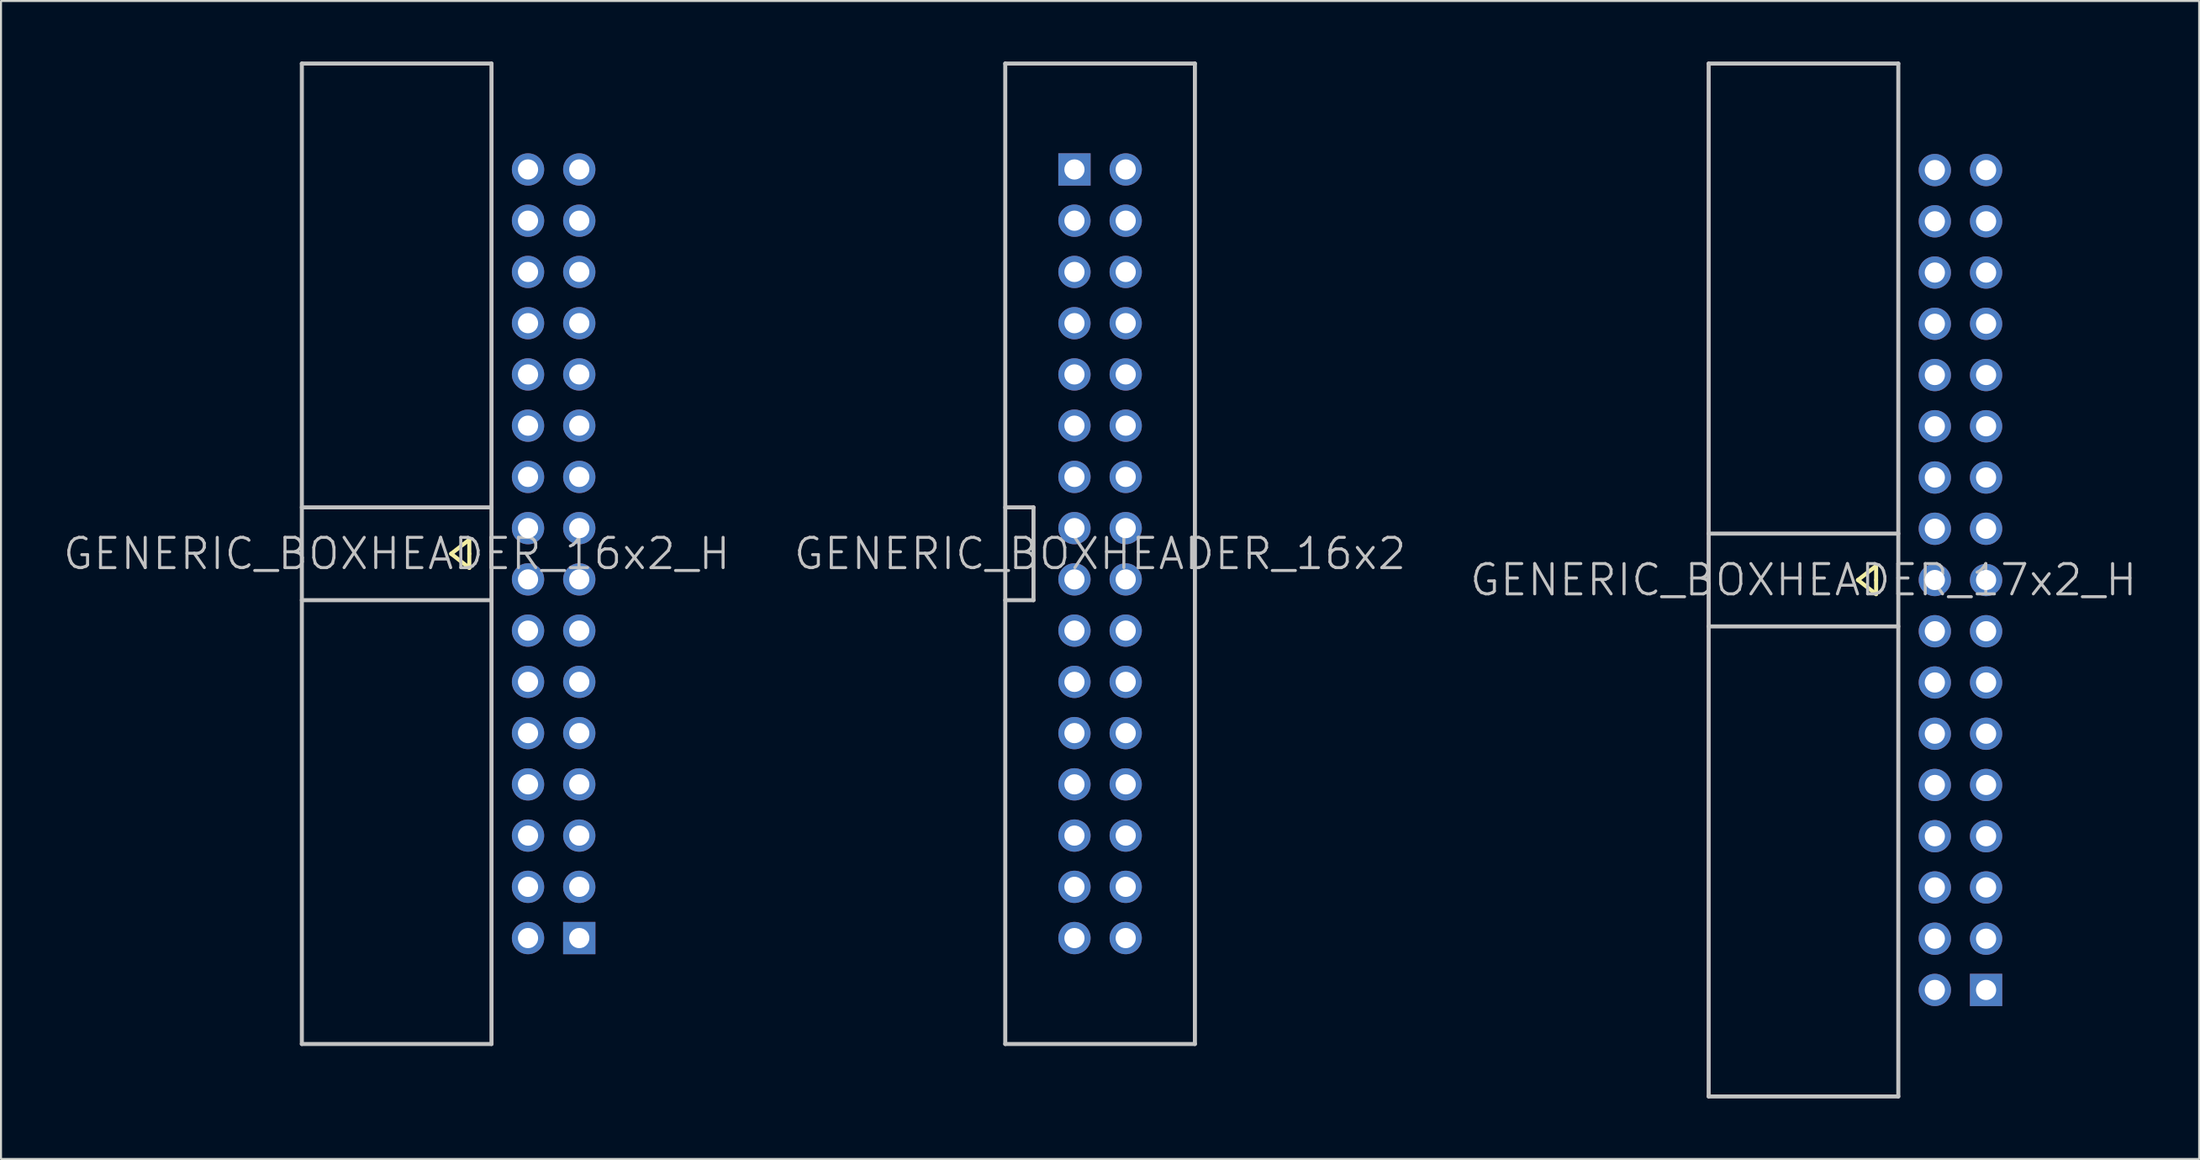
<source format=kicad_pcb>
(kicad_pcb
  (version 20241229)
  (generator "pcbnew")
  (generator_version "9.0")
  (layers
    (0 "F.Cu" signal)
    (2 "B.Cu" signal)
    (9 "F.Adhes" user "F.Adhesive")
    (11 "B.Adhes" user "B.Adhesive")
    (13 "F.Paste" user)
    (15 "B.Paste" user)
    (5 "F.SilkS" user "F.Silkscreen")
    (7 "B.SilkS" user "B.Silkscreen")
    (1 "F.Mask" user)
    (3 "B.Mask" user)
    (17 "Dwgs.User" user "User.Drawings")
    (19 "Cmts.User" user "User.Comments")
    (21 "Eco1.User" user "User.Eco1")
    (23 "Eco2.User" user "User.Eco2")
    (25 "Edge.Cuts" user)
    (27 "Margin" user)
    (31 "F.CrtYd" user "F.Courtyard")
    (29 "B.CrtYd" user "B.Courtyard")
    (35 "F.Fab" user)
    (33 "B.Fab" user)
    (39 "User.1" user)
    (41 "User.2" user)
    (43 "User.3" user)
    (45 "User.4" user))
  (footprint "GENERIC_BOXHEADER_16x2"
    (layer "F.Cu")
    (at 51.475 24.4)
    (property "Reference" "GENERIC_BOXHEADER_16x2" (at 0 0 180) (layer "Dwgs.User") (effects (font (size 1.5 1.5) (thickness 0.15))))
    (attr through_hole)
    (fp_line (start -4.7 -24.3) (end -4.7 24.3) (stroke (width 0.2) (type solid)) (layer "Dwgs.User"))
    (fp_line (start -4.7 2.3) (end -3.3 2.3) (stroke (width 0.2) (type solid)) (layer "Dwgs.User"))
    (fp_line (start -3.3 -2.3) (end -4.7 -2.3) (stroke (width 0.2) (type solid)) (layer "Dwgs.User"))
    (fp_line (start -3.3 2.3) (end -3.3 -2.3) (stroke (width 0.2) (type solid)) (layer "Dwgs.User"))
    (fp_line (start 4.7 -24.3) (end -4.7 -24.3) (stroke (width 0.2) (type solid)) (layer "Dwgs.User"))
    (fp_line (start 4.7 24.3) (end -4.7 24.3) (stroke (width 0.2) (type solid)) (layer "Dwgs.User"))
    (fp_line (start 4.7 24.3) (end 4.7 -24.3) (stroke (width 0.2) (type solid)) (layer "Dwgs.User"))
    (pad "1" thru_hole rect (at -1.27 -19.05) (size 1.6 1.6) (drill 1) (layers "*.Cu" "*.Mask"))
    (pad "2" thru_hole circle (at 1.27 -19.05 270) (size 1.6 1.6) (drill 1) (layers "*.Cu" "*.Mask"))
    (pad "3" thru_hole circle (at -1.27 -16.51 270) (size 1.6 1.6) (drill 1) (layers "*.Cu" "*.Mask"))
    (pad "4" thru_hole circle (at 1.27 -16.51 270) (size 1.6 1.6) (drill 1) (layers "*.Cu" "*.Mask"))
    (pad "5" thru_hole circle (at -1.27 -13.97 270) (size 1.6 1.6) (drill 1) (layers "*.Cu" "*.Mask"))
    (pad "6" thru_hole circle (at 1.27 -13.97 270) (size 1.6 1.6) (drill 1) (layers "*.Cu" "*.Mask"))
    (pad "7" thru_hole circle (at -1.27 -11.43 270) (size 1.6 1.6) (drill 1) (layers "*.Cu" "*.Mask"))
    (pad "8" thru_hole circle (at 1.27 -11.43 270) (size 1.6 1.6) (drill 1) (layers "*.Cu" "*.Mask"))
    (pad "9" thru_hole circle (at -1.27 -8.89 270) (size 1.6 1.6) (drill 1) (layers "*.Cu" "*.Mask"))
    (pad "10" thru_hole circle (at 1.27 -8.89 270) (size 1.6 1.6) (drill 1) (layers "*.Cu" "*.Mask"))
    (pad "11" thru_hole circle (at -1.27 -6.35 270) (size 1.6 1.6) (drill 1) (layers "*.Cu" "*.Mask"))
    (pad "12" thru_hole circle (at 1.27 -6.35 270) (size 1.6 1.6) (drill 1) (layers "*.Cu" "*.Mask"))
    (pad "13" thru_hole circle (at -1.27 -3.81 270) (size 1.6 1.6) (drill 1) (layers "*.Cu" "*.Mask"))
    (pad "14" thru_hole circle (at 1.27 -3.81 270) (size 1.6 1.6) (drill 1) (layers "*.Cu" "*.Mask"))
    (pad "15" thru_hole circle (at -1.27 -1.27 270) (size 1.6 1.6) (drill 1) (layers "*.Cu" "*.Mask"))
    (pad "16" thru_hole circle (at 1.27 -1.27 270) (size 1.6 1.6) (drill 1) (layers "*.Cu" "*.Mask"))
    (pad "17" thru_hole circle (at -1.27 1.27 270) (size 1.6 1.6) (drill 1) (layers "*.Cu" "*.Mask"))
    (pad "18" thru_hole circle (at 1.27 1.27 270) (size 1.6 1.6) (drill 1) (layers "*.Cu" "*.Mask"))
    (pad "19" thru_hole circle (at -1.27 3.81 270) (size 1.6 1.6) (drill 1) (layers "*.Cu" "*.Mask"))
    (pad "20" thru_hole circle (at 1.27 3.81 270) (size 1.6 1.6) (drill 1) (layers "*.Cu" "*.Mask"))
    (pad "21" thru_hole circle (at -1.27 6.35 270) (size 1.6 1.6) (drill 1) (layers "*.Cu" "*.Mask"))
    (pad "22" thru_hole circle (at 1.27 6.35 270) (size 1.6 1.6) (drill 1) (layers "*.Cu" "*.Mask"))
    (pad "23" thru_hole circle (at -1.27 8.89 270) (size 1.6 1.6) (drill 1) (layers "*.Cu" "*.Mask"))
    (pad "24" thru_hole circle (at 1.27 8.89 270) (size 1.6 1.6) (drill 1) (layers "*.Cu" "*.Mask"))
    (pad "25" thru_hole circle (at -1.27 11.43 270) (size 1.6 1.6) (drill 1) (layers "*.Cu" "*.Mask"))
    (pad "26" thru_hole circle (at 1.27 11.43 270) (size 1.6 1.6) (drill 1) (layers "*.Cu" "*.Mask"))
    (pad "27" thru_hole circle (at -1.27 13.97 270) (size 1.6 1.6) (drill 1) (layers "*.Cu" "*.Mask"))
    (pad "28" thru_hole circle (at 1.27 13.97 270) (size 1.6 1.6) (drill 1) (layers "*.Cu" "*.Mask"))
    (pad "29" thru_hole circle (at -1.27 16.51 270) (size 1.6 1.6) (drill 1) (layers "*.Cu" "*.Mask"))
    (pad "30" thru_hole circle (at 1.27 16.51 270) (size 1.6 1.6) (drill 1) (layers "*.Cu" "*.Mask"))
    (pad "31" thru_hole circle (at -1.27 19.05 270) (size 1.6 1.6) (drill 1) (layers "*.Cu" "*.Mask"))
    (pad "32" thru_hole circle (at 1.27 19.05 270) (size 1.6 1.6) (drill 1) (layers "*.Cu" "*.Mask")))
  (footprint "GENERIC_BOXHEADER_17x2_H"
    (layer "F.Cu")
    (at 89.039 25.7)
    (property "Reference" "GENERIC_BOXHEADER_17x2_H" (at -2.7 0 180) (layer "Dwgs.User") (effects (font (size 1.5 1.5) (thickness 0.15))))
    (attr through_hole)
    (fp_line (start 0 0) (end 0.9 0.7) (stroke (width 0.2) (type solid)) (layer "F.SilkS"))
    (fp_line (start 0.9 -0.7) (end 0 0) (stroke (width 0.2) (type solid)) (layer "F.SilkS"))
    (fp_line (start 0.9 0) (end 0.9 -0.7) (stroke (width 0.2) (type solid)) (layer "F.SilkS"))
    (fp_line (start 0.9 0.7) (end 0.9 0) (stroke (width 0.2) (type solid)) (layer "F.SilkS"))
    (fp_line (start -7.4 -25.6) (end -7.4 25.6) (stroke (width 0.2) (type solid)) (layer "Dwgs.User"))
    (fp_line (start -7.4 -25.6) (end 2 -25.6) (stroke (width 0.2) (type solid)) (layer "Dwgs.User"))
    (fp_line (start -7.4 -2.3) (end 2 -2.3) (stroke (width 0.2) (type solid)) (layer "Dwgs.User"))
    (fp_line (start -7.4 2.3) (end 2 2.3) (stroke (width 0.2) (type solid)) (layer "Dwgs.User"))
    (fp_line (start -7.4 25.6) (end 2 25.6) (stroke (width 0.2) (type solid)) (layer "Dwgs.User"))
    (fp_line (start 2 25.6) (end 2 -25.6) (stroke (width 0.2) (type solid)) (layer "Dwgs.User"))
    (pad "1" thru_hole rect (at 6.35 20.32) (size 1.6 1.6) (drill 1) (layers "*.Cu" "*.Mask"))
    (pad "2" thru_hole circle (at 3.81 20.32 90) (size 1.6 1.6) (drill 1) (layers "*.Cu" "*.Mask"))
    (pad "3" thru_hole circle (at 6.35 17.78 90) (size 1.6 1.6) (drill 1) (layers "*.Cu" "*.Mask"))
    (pad "4" thru_hole circle (at 3.81 17.78 90) (size 1.6 1.6) (drill 1) (layers "*.Cu" "*.Mask"))
    (pad "5" thru_hole circle (at 6.35 15.24 90) (size 1.6 1.6) (drill 1) (layers "*.Cu" "*.Mask"))
    (pad "6" thru_hole circle (at 3.81 15.24 90) (size 1.6 1.6) (drill 1) (layers "*.Cu" "*.Mask"))
    (pad "7" thru_hole circle (at 6.35 12.7 90) (size 1.6 1.6) (drill 1) (layers "*.Cu" "*.Mask"))
    (pad "8" thru_hole circle (at 3.81 12.7 90) (size 1.6 1.6) (drill 1) (layers "*.Cu" "*.Mask"))
    (pad "9" thru_hole circle (at 6.35 10.16 90) (size 1.6 1.6) (drill 1) (layers "*.Cu" "*.Mask"))
    (pad "10" thru_hole circle (at 3.81 10.16 90) (size 1.6 1.6) (drill 1) (layers "*.Cu" "*.Mask"))
    (pad "11" thru_hole circle (at 6.35 7.62 90) (size 1.6 1.6) (drill 1) (layers "*.Cu" "*.Mask"))
    (pad "12" thru_hole circle (at 3.81 7.62 90) (size 1.6 1.6) (drill 1) (layers "*.Cu" "*.Mask"))
    (pad "13" thru_hole circle (at 6.35 5.08 90) (size 1.6 1.6) (drill 1) (layers "*.Cu" "*.Mask"))
    (pad "14" thru_hole circle (at 3.81 5.08 90) (size 1.6 1.6) (drill 1) (layers "*.Cu" "*.Mask"))
    (pad "15" thru_hole circle (at 6.35 2.54 90) (size 1.6 1.6) (drill 1) (layers "*.Cu" "*.Mask"))
    (pad "16" thru_hole circle (at 3.81 2.54 90) (size 1.6 1.6) (drill 1) (layers "*.Cu" "*.Mask"))
    (pad "17" thru_hole circle (at 6.35 0 90) (size 1.6 1.6) (drill 1) (layers "*.Cu" "*.Mask"))
    (pad "18" thru_hole circle (at 3.81 0 90) (size 1.6 1.6) (drill 1) (layers "*.Cu" "*.Mask"))
    (pad "19" thru_hole circle (at 6.35 -2.54 90) (size 1.6 1.6) (drill 1) (layers "*.Cu" "*.Mask"))
    (pad "20" thru_hole circle (at 3.81 -2.54 90) (size 1.6 1.6) (drill 1) (layers "*.Cu" "*.Mask"))
    (pad "21" thru_hole circle (at 6.35 -5.08 90) (size 1.6 1.6) (drill 1) (layers "*.Cu" "*.Mask"))
    (pad "22" thru_hole circle (at 3.81 -5.08 90) (size 1.6 1.6) (drill 1) (layers "*.Cu" "*.Mask"))
    (pad "23" thru_hole circle (at 6.35 -7.62 90) (size 1.6 1.6) (drill 1) (layers "*.Cu" "*.Mask"))
    (pad "24" thru_hole circle (at 3.81 -7.62 90) (size 1.6 1.6) (drill 1) (layers "*.Cu" "*.Mask"))
    (pad "25" thru_hole circle (at 6.35 -10.16 90) (size 1.6 1.6) (drill 1) (layers "*.Cu" "*.Mask"))
    (pad "26" thru_hole circle (at 3.81 -10.16 90) (size 1.6 1.6) (drill 1) (layers "*.Cu" "*.Mask"))
    (pad "27" thru_hole circle (at 6.35 -12.7 90) (size 1.6 1.6) (drill 1) (layers "*.Cu" "*.Mask"))
    (pad "28" thru_hole circle (at 3.81 -12.7 90) (size 1.6 1.6) (drill 1) (layers "*.Cu" "*.Mask"))
    (pad "29" thru_hole circle (at 6.35 -15.24 90) (size 1.6 1.6) (drill 1) (layers "*.Cu" "*.Mask"))
    (pad "30" thru_hole circle (at 3.81 -15.24 90) (size 1.6 1.6) (drill 1) (layers "*.Cu" "*.Mask"))
    (pad "31" thru_hole circle (at 6.35 -17.78 90) (size 1.6 1.6) (drill 1) (layers "*.Cu" "*.Mask"))
    (pad "32" thru_hole circle (at 3.81 -17.78 90) (size 1.6 1.6) (drill 1) (layers "*.Cu" "*.Mask"))
    (pad "33" thru_hole circle (at 6.35 -20.32 90) (size 1.6 1.6) (drill 1) (layers "*.Cu" "*.Mask"))
    (pad "34" thru_hole circle (at 3.81 -20.32 90) (size 1.6 1.6) (drill 1) (layers "*.Cu" "*.Mask")))
  (footprint "GENERIC_BOXHEADER_16x2_H"
    (layer "F.Cu")
    (at 19.311 24.4)
    (property "Reference" "GENERIC_BOXHEADER_16x2_H" (at -2.7 0 180) (layer "Dwgs.User") (effects (font (size 1.5 1.5) (thickness 0.15))))
    (attr through_hole)
    (fp_line (start 0 0) (end 0.9 0.7) (stroke (width 0.2) (type solid)) (layer "F.SilkS"))
    (fp_line (start 0.9 -0.7) (end 0 0) (stroke (width 0.2) (type solid)) (layer "F.SilkS"))
    (fp_line (start 0.9 0) (end 0.9 -0.7) (stroke (width 0.2) (type solid)) (layer "F.SilkS"))
    (fp_line (start 0.9 0.7) (end 0.9 0) (stroke (width 0.2) (type solid)) (layer "F.SilkS"))
    (fp_line (start -7.4 -24.3) (end -7.4 24.3) (stroke (width 0.2) (type solid)) (layer "Dwgs.User"))
    (fp_line (start -7.4 -24.3) (end 2 -24.3) (stroke (width 0.2) (type solid)) (layer "Dwgs.User"))
    (fp_line (start -7.4 -2.3) (end 2 -2.3) (stroke (width 0.2) (type solid)) (layer "Dwgs.User"))
    (fp_line (start -7.4 2.3) (end 2 2.3) (stroke (width 0.2) (type solid)) (layer "Dwgs.User"))
    (fp_line (start -7.4 24.3) (end 2 24.3) (stroke (width 0.2) (type solid)) (layer "Dwgs.User"))
    (fp_line (start 2 24.3) (end 2 -24.3) (stroke (width 0.2) (type solid)) (layer "Dwgs.User"))
    (pad "1" thru_hole rect (at 6.35 19.05) (size 1.6 1.6) (drill 1) (layers "*.Cu" "*.Mask"))
    (pad "2" thru_hole circle (at 3.81 19.05 90) (size 1.6 1.6) (drill 1) (layers "*.Cu" "*.Mask"))
    (pad "3" thru_hole circle (at 6.35 16.51 90) (size 1.6 1.6) (drill 1) (layers "*.Cu" "*.Mask"))
    (pad "4" thru_hole circle (at 3.81 16.51 90) (size 1.6 1.6) (drill 1) (layers "*.Cu" "*.Mask"))
    (pad "5" thru_hole circle (at 6.35 13.97 90) (size 1.6 1.6) (drill 1) (layers "*.Cu" "*.Mask"))
    (pad "6" thru_hole circle (at 3.81 13.97 90) (size 1.6 1.6) (drill 1) (layers "*.Cu" "*.Mask"))
    (pad "7" thru_hole circle (at 6.35 11.43 90) (size 1.6 1.6) (drill 1) (layers "*.Cu" "*.Mask"))
    (pad "8" thru_hole circle (at 3.81 11.43 90) (size 1.6 1.6) (drill 1) (layers "*.Cu" "*.Mask"))
    (pad "9" thru_hole circle (at 6.35 8.89 90) (size 1.6 1.6) (drill 1) (layers "*.Cu" "*.Mask"))
    (pad "10" thru_hole circle (at 3.81 8.89 90) (size 1.6 1.6) (drill 1) (layers "*.Cu" "*.Mask"))
    (pad "11" thru_hole circle (at 6.35 6.35 90) (size 1.6 1.6) (drill 1) (layers "*.Cu" "*.Mask"))
    (pad "12" thru_hole circle (at 3.81 6.35 90) (size 1.6 1.6) (drill 1) (layers "*.Cu" "*.Mask"))
    (pad "13" thru_hole circle (at 6.35 3.81 90) (size 1.6 1.6) (drill 1) (layers "*.Cu" "*.Mask"))
    (pad "14" thru_hole circle (at 3.81 3.81 90) (size 1.6 1.6) (drill 1) (layers "*.Cu" "*.Mask"))
    (pad "15" thru_hole circle (at 6.35 1.27 90) (size 1.6 1.6) (drill 1) (layers "*.Cu" "*.Mask"))
    (pad "16" thru_hole circle (at 3.81 1.27 90) (size 1.6 1.6) (drill 1) (layers "*.Cu" "*.Mask"))
    (pad "17" thru_hole circle (at 6.35 -1.27 90) (size 1.6 1.6) (drill 1) (layers "*.Cu" "*.Mask"))
    (pad "18" thru_hole circle (at 3.81 -1.27 90) (size 1.6 1.6) (drill 1) (layers "*.Cu" "*.Mask"))
    (pad "19" thru_hole circle (at 6.35 -3.81 90) (size 1.6 1.6) (drill 1) (layers "*.Cu" "*.Mask"))
    (pad "20" thru_hole circle (at 3.81 -3.81 90) (size 1.6 1.6) (drill 1) (layers "*.Cu" "*.Mask"))
    (pad "21" thru_hole circle (at 6.35 -6.35 90) (size 1.6 1.6) (drill 1) (layers "*.Cu" "*.Mask"))
    (pad "22" thru_hole circle (at 3.81 -6.35 90) (size 1.6 1.6) (drill 1) (layers "*.Cu" "*.Mask"))
    (pad "23" thru_hole circle (at 6.35 -8.89 90) (size 1.6 1.6) (drill 1) (layers "*.Cu" "*.Mask"))
    (pad "24" thru_hole circle (at 3.81 -8.89 90) (size 1.6 1.6) (drill 1) (layers "*.Cu" "*.Mask"))
    (pad "25" thru_hole circle (at 6.35 -11.43 90) (size 1.6 1.6) (drill 1) (layers "*.Cu" "*.Mask"))
    (pad "26" thru_hole circle (at 3.81 -11.43 90) (size 1.6 1.6) (drill 1) (layers "*.Cu" "*.Mask"))
    (pad "27" thru_hole circle (at 6.35 -13.97 90) (size 1.6 1.6) (drill 1) (layers "*.Cu" "*.Mask"))
    (pad "28" thru_hole circle (at 3.81 -13.97 90) (size 1.6 1.6) (drill 1) (layers "*.Cu" "*.Mask"))
    (pad "29" thru_hole circle (at 6.35 -16.51 90) (size 1.6 1.6) (drill 1) (layers "*.Cu" "*.Mask"))
    (pad "30" thru_hole circle (at 3.81 -16.51 90) (size 1.6 1.6) (drill 1) (layers "*.Cu" "*.Mask"))
    (pad "31" thru_hole circle (at 6.35 -19.05 90) (size 1.6 1.6) (drill 1) (layers "*.Cu" "*.Mask"))
    (pad "32" thru_hole circle (at 3.81 -19.05 90) (size 1.6 1.6) (drill 1) (layers "*.Cu" "*.Mask")))
  (gr_rect
    (start -3 -3)
    (end 105.95 54.4)
    (stroke (width 0.1) (type default))
    (fill no)
    (layer "Edge.Cuts")))
</source>
